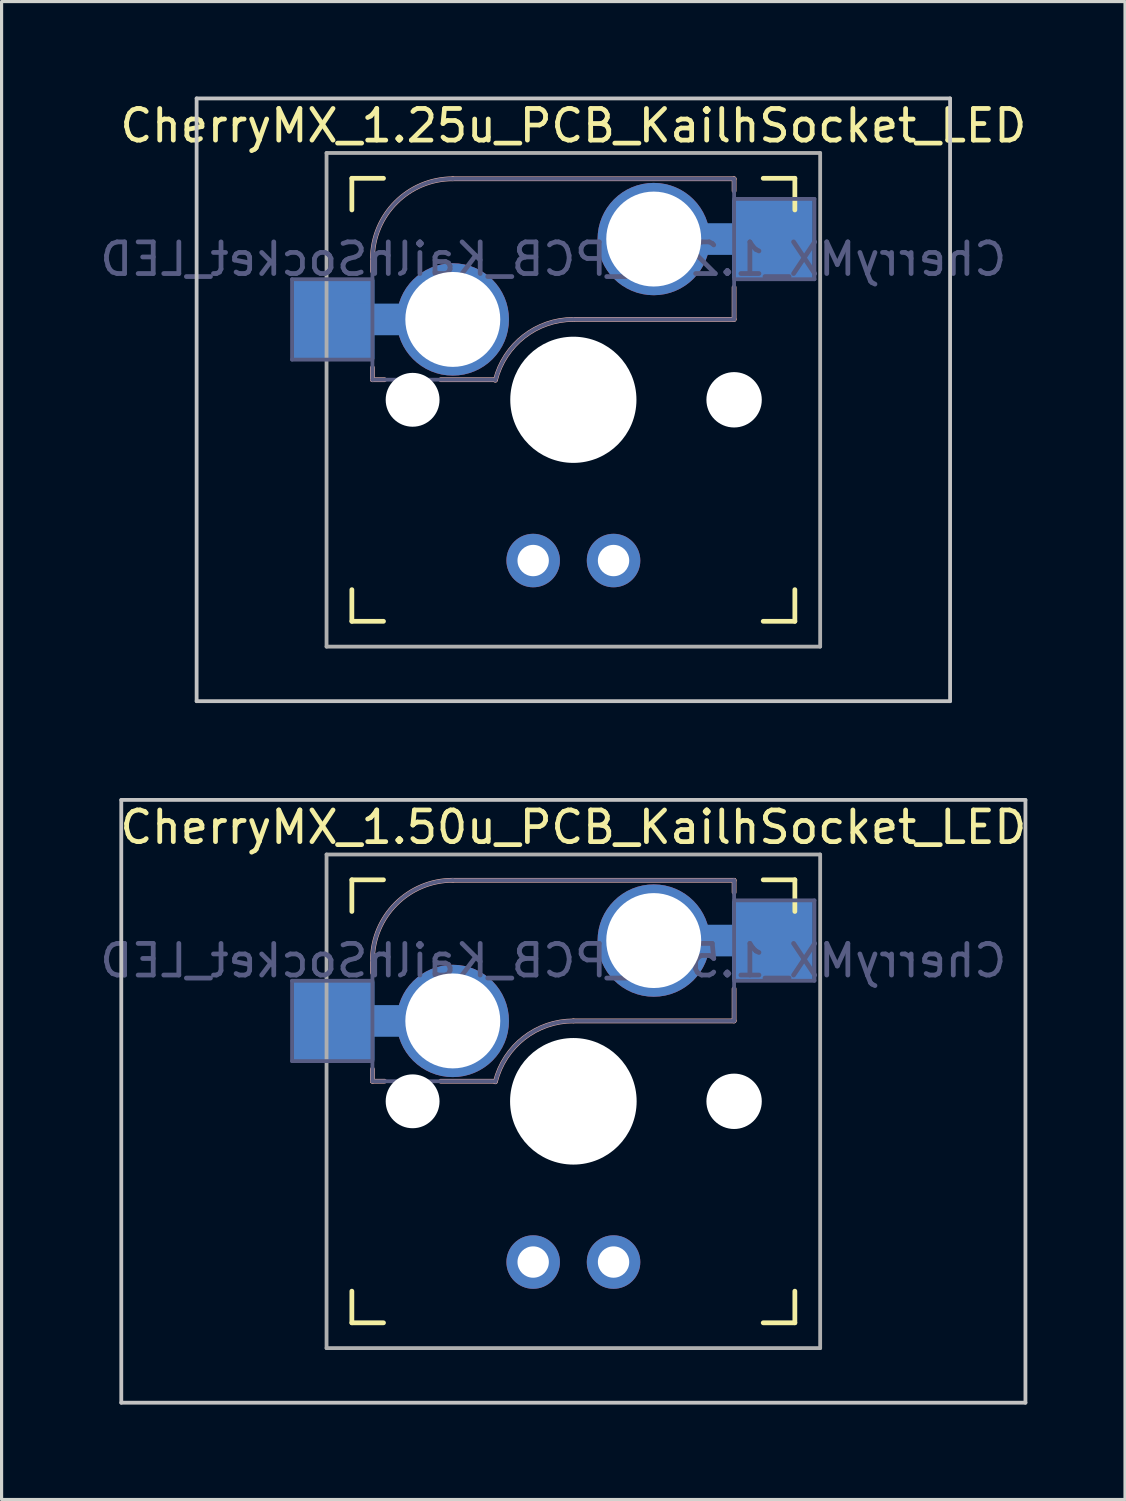
<source format=kicad_pcb>
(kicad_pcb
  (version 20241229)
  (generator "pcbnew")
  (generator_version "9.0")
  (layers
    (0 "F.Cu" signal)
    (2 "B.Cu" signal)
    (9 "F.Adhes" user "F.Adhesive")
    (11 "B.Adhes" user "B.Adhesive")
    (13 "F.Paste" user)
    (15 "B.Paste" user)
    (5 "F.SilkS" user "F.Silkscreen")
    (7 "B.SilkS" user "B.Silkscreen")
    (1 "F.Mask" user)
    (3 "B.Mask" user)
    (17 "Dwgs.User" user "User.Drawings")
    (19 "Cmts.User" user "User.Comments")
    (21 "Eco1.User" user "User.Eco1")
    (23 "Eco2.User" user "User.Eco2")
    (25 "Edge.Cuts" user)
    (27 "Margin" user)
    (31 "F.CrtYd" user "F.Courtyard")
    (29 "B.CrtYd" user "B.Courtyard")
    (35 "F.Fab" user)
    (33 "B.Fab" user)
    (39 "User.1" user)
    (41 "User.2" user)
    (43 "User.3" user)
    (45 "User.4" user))
  (footprint "CherryMX_1.25u_PCB_KailhSocket_LED"
    (layer "F.Cu")
    (at 15.07 9.585)
    (property "Reference" "CherryMX_1.25u_PCB_KailhSocket_LED" (at 0 -8.662 0) (layer "F.SilkS") (effects (font (size 1 1) (thickness 0.15))))
    (attr through_hole)
    (fp_line (start -7 -6) (end -7 -7) (stroke (width 0.15) (type solid)) (layer "F.SilkS"))
    (fp_line (start -7 7) (end -7 6) (stroke (width 0.15) (type solid)) (layer "F.SilkS"))
    (fp_line (start -7 7) (end -6 7) (stroke (width 0.15) (type solid)) (layer "F.SilkS"))
    (fp_line (start -6 -7) (end -7 -7) (stroke (width 0.15) (type solid)) (layer "F.SilkS"))
    (fp_line (start 6 7) (end 7 7) (stroke (width 0.15) (type solid)) (layer "F.SilkS"))
    (fp_line (start 7 -7) (end 6 -7) (stroke (width 0.15) (type solid)) (layer "F.SilkS"))
    (fp_line (start 7 -7) (end 7 -6) (stroke (width 0.15) (type solid)) (layer "F.SilkS"))
    (fp_line (start 7 6) (end 7 7) (stroke (width 0.15) (type solid)) (layer "F.SilkS"))
    (fp_line (start -6.35 -4.445) (end -6.35 -4.064) (stroke (width 0.15) (type solid)) (layer "B.SilkS"))
    (fp_line (start -6.35 -1.016) (end -6.35 -0.635) (stroke (width 0.15) (type solid)) (layer "B.SilkS"))
    (fp_line (start -5.969 -0.635) (end -6.35 -0.635) (stroke (width 0.15) (type solid)) (layer "B.SilkS"))
    (fp_line (start -3.81 -6.985) (end 5.08 -6.985) (stroke (width 0.15) (type solid)) (layer "B.SilkS"))
    (fp_line (start -2.464 -0.635) (end -4.191 -0.635) (stroke (width 0.15) (type solid)) (layer "B.SilkS"))
    (fp_line (start 5.08 -6.985) (end 5.08 -6.604) (stroke (width 0.15) (type solid)) (layer "B.SilkS"))
    (fp_line (start 5.08 -3.556) (end 5.08 -2.54) (stroke (width 0.15) (type solid)) (layer "B.SilkS"))
    (fp_line (start 5.08 -2.54) (end 0 -2.54) (stroke (width 0.15) (type solid)) (layer "B.SilkS"))
    (fp_arc (start -6.35 -4.445) (mid -5.606051 -6.241051) (end -3.81 -6.985) (stroke (width 0.15) (type solid)) (layer "B.SilkS"))
    (fp_arc (start -2.464162 -0.61604) (mid -1.563147 -2.002042) (end 0 -2.54) (stroke (width 0.15) (type solid)) (layer "B.SilkS"))
    (fp_line (start -11.906 -9.525) (end 11.906 -9.525) (stroke (width 0.12) (type solid)) (layer "Dwgs.User"))
    (fp_line (start -11.906 9.525) (end -11.906 -9.525) (stroke (width 0.12) (type solid)) (layer "Dwgs.User"))
    (fp_line (start 11.906 -9.525) (end 11.906 9.525) (stroke (width 0.12) (type solid)) (layer "Dwgs.User"))
    (fp_line (start 11.906 9.525) (end -11.906 9.525) (stroke (width 0.12) (type solid)) (layer "Dwgs.User"))
    (fp_line (start -6.9 6.9) (end -6.9 -6.9) (stroke (width 0.15) (type solid)) (layer "Eco2.User"))
    (fp_line (start -6.9 6.9) (end 6.9 6.9) (stroke (width 0.15) (type solid)) (layer "Eco2.User"))
    (fp_line (start 6.9 -6.9) (end -6.9 -6.9) (stroke (width 0.15) (type solid)) (layer "Eco2.User"))
    (fp_line (start 6.9 -6.9) (end 6.9 6.9) (stroke (width 0.15) (type solid)) (layer "Eco2.User"))
    (fp_line (start -8.89 -3.81) (end -6.35 -3.81) (stroke (width 0.12) (type solid)) (layer "B.Fab"))
    (fp_line (start -8.89 -1.27) (end -8.89 -3.81) (stroke (width 0.12) (type solid)) (layer "B.Fab"))
    (fp_line (start -6.35 -1.27) (end -8.89 -1.27) (stroke (width 0.12) (type solid)) (layer "B.Fab"))
    (fp_line (start -6.35 -0.635) (end -6.35 -4.445) (stroke (width 0.12) (type solid)) (layer "B.Fab"))
    (fp_line (start -6.35 -0.635) (end -2.54 -0.635) (stroke (width 0.12) (type solid)) (layer "B.Fab"))
    (fp_line (start -3.81 -6.985) (end 5.08 -6.985) (stroke (width 0.12) (type solid)) (layer "B.Fab"))
    (fp_line (start 5.08 -6.985) (end 5.08 -2.54) (stroke (width 0.12) (type solid)) (layer "B.Fab"))
    (fp_line (start 5.08 -6.35) (end 7.62 -6.35) (stroke (width 0.12) (type solid)) (layer "B.Fab"))
    (fp_line (start 5.08 -2.54) (end 0 -2.54) (stroke (width 0.12) (type solid)) (layer "B.Fab"))
    (fp_line (start 7.62 -6.35) (end 7.62 -3.81) (stroke (width 0.12) (type solid)) (layer "B.Fab"))
    (fp_line (start 7.62 -3.81) (end 5.08 -3.81) (stroke (width 0.12) (type solid)) (layer "B.Fab"))
    (fp_arc (start -6.35 -4.445) (mid -5.606051 -6.241051) (end -3.81 -6.985) (stroke (width 0.12) (type solid)) (layer "B.Fab"))
    (fp_arc (start -2.464162 -0.61604) (mid -1.563147 -2.002042) (end 0 -2.54) (stroke (width 0.12) (type solid)) (layer "B.Fab"))
    (fp_line (start -7.8 -7.8) (end -7.8 7.8) (stroke (width 0.12) (type solid)) (layer "F.Fab"))
    (fp_line (start -7.8 -7.8) (end 7.8 -7.8) (stroke (width 0.12) (type solid)) (layer "F.Fab"))
    (fp_line (start -7.8 7.8) (end 7.8 7.8) (stroke (width 0.12) (type solid)) (layer "F.Fab"))
    (fp_line (start 7.8 -7.8) (end 7.8 7.8) (stroke (width 0.12) (type solid)) (layer "F.Fab"))
    (fp_text user "${REFERENCE}" (at -0.635 -4.445 0) (layer "B.Fab") (effects (font (size 1 1) (thickness 0.15)) (justify mirror)))
    (pad "" np_thru_hole circle (at -5.08 0) (size 1.702 1.702) (drill 1.702) (layers "*.Cu" "*.Mask"))
    (pad "" np_thru_hole circle (at 0 0) (size 3.988 3.988) (drill 3.988) (layers "*.Cu" "*.Mask"))
    (pad "" np_thru_hole circle (at 5.08 0) (size 1.702 1.702) (drill 1.702) (layers "*.Cu" "*.Mask"))
    (pad "" np_thru_hole circle (at 5.08 0) (size 1.75 1.75) (drill 1.75) (layers "*.Cu" "*.Mask"))
    (pad "1" smd rect (at -7.56 -2.54) (size 2.55 2.5) (layers "B.Cu" "B.Mask" "B.Paste"))
    (pad "1" connect rect (at -5.715 -2.54 90) (size 1 2.5) (layers "B.Cu"))
    (pad "1" thru_hole circle (at -3.81 -2.54) (size 3.55 3.55) (drill 3) (layers "*.Cu"))
    (pad "2" thru_hole circle (at 2.54 -5.08) (size 3.55 3.55) (drill 3) (layers "*.Cu"))
    (pad "2" connect rect (at 5.015 -5.08 270) (size 1 2.5) (layers "B.Cu"))
    (pad "2" smd rect (at 6.29 -5.08) (size 2.55 2.5) (layers "B.Cu" "B.Mask" "B.Paste"))
    (pad "3" thru_hole circle (at -1.27 5.08) (size 1.691 1.691) (drill 0.991) (layers "*.Cu" "*.Mask"))
    (pad "4" thru_hole circle (at 1.27 5.08) (size 1.691 1.691) (drill 0.991) (layers "*.Cu" "*.Mask")))
  (footprint "CherryMX_1.50u_PCB_KailhSocket_LED"
    (layer "F.Cu")
    (at 15.07 31.755)
    (property "Reference" "CherryMX_1.50u_PCB_KailhSocket_LED" (at 0 -8.662 0) (layer "F.SilkS") (effects (font (size 1 1) (thickness 0.15))))
    (attr through_hole)
    (fp_line (start -7 -6) (end -7 -7) (stroke (width 0.15) (type solid)) (layer "F.SilkS"))
    (fp_line (start -7 7) (end -7 6) (stroke (width 0.15) (type solid)) (layer "F.SilkS"))
    (fp_line (start -7 7) (end -6 7) (stroke (width 0.15) (type solid)) (layer "F.SilkS"))
    (fp_line (start -6 -7) (end -7 -7) (stroke (width 0.15) (type solid)) (layer "F.SilkS"))
    (fp_line (start 6 7) (end 7 7) (stroke (width 0.15) (type solid)) (layer "F.SilkS"))
    (fp_line (start 7 -7) (end 6 -7) (stroke (width 0.15) (type solid)) (layer "F.SilkS"))
    (fp_line (start 7 -7) (end 7 -6) (stroke (width 0.15) (type solid)) (layer "F.SilkS"))
    (fp_line (start 7 6) (end 7 7) (stroke (width 0.15) (type solid)) (layer "F.SilkS"))
    (fp_line (start -6.35 -4.445) (end -6.35 -4.064) (stroke (width 0.15) (type solid)) (layer "B.SilkS"))
    (fp_line (start -6.35 -1.016) (end -6.35 -0.635) (stroke (width 0.15) (type solid)) (layer "B.SilkS"))
    (fp_line (start -5.969 -0.635) (end -6.35 -0.635) (stroke (width 0.15) (type solid)) (layer "B.SilkS"))
    (fp_line (start -3.81 -6.985) (end 5.08 -6.985) (stroke (width 0.15) (type solid)) (layer "B.SilkS"))
    (fp_line (start -2.464 -0.635) (end -4.191 -0.635) (stroke (width 0.15) (type solid)) (layer "B.SilkS"))
    (fp_line (start 5.08 -6.985) (end 5.08 -6.604) (stroke (width 0.15) (type solid)) (layer "B.SilkS"))
    (fp_line (start 5.08 -3.556) (end 5.08 -2.54) (stroke (width 0.15) (type solid)) (layer "B.SilkS"))
    (fp_line (start 5.08 -2.54) (end 0 -2.54) (stroke (width 0.15) (type solid)) (layer "B.SilkS"))
    (fp_arc (start -6.35 -4.445) (mid -5.606051 -6.241051) (end -3.81 -6.985) (stroke (width 0.15) (type solid)) (layer "B.SilkS"))
    (fp_arc (start -2.464162 -0.61604) (mid -1.563147 -2.002042) (end 0 -2.54) (stroke (width 0.15) (type solid)) (layer "B.SilkS"))
    (fp_line (start -14.287 -9.525) (end 14.287 -9.525) (stroke (width 0.12) (type solid)) (layer "Dwgs.User"))
    (fp_line (start -14.287 9.525) (end -14.287 -9.525) (stroke (width 0.12) (type solid)) (layer "Dwgs.User"))
    (fp_line (start 14.287 -9.525) (end 14.287 9.525) (stroke (width 0.12) (type solid)) (layer "Dwgs.User"))
    (fp_line (start 14.287 9.525) (end -14.287 9.525) (stroke (width 0.12) (type solid)) (layer "Dwgs.User"))
    (fp_line (start -6.9 6.9) (end -6.9 -6.9) (stroke (width 0.15) (type solid)) (layer "Eco2.User"))
    (fp_line (start -6.9 6.9) (end 6.9 6.9) (stroke (width 0.15) (type solid)) (layer "Eco2.User"))
    (fp_line (start 6.9 -6.9) (end -6.9 -6.9) (stroke (width 0.15) (type solid)) (layer "Eco2.User"))
    (fp_line (start 6.9 -6.9) (end 6.9 6.9) (stroke (width 0.15) (type solid)) (layer "Eco2.User"))
    (fp_line (start -8.89 -3.81) (end -6.35 -3.81) (stroke (width 0.12) (type solid)) (layer "B.Fab"))
    (fp_line (start -8.89 -1.27) (end -8.89 -3.81) (stroke (width 0.12) (type solid)) (layer "B.Fab"))
    (fp_line (start -6.35 -1.27) (end -8.89 -1.27) (stroke (width 0.12) (type solid)) (layer "B.Fab"))
    (fp_line (start -6.35 -0.635) (end -6.35 -4.445) (stroke (width 0.12) (type solid)) (layer "B.Fab"))
    (fp_line (start -6.35 -0.635) (end -2.54 -0.635) (stroke (width 0.12) (type solid)) (layer "B.Fab"))
    (fp_line (start -3.81 -6.985) (end 5.08 -6.985) (stroke (width 0.12) (type solid)) (layer "B.Fab"))
    (fp_line (start 5.08 -6.985) (end 5.08 -2.54) (stroke (width 0.12) (type solid)) (layer "B.Fab"))
    (fp_line (start 5.08 -6.35) (end 7.62 -6.35) (stroke (width 0.12) (type solid)) (layer "B.Fab"))
    (fp_line (start 5.08 -2.54) (end 0 -2.54) (stroke (width 0.12) (type solid)) (layer "B.Fab"))
    (fp_line (start 7.62 -6.35) (end 7.62 -3.81) (stroke (width 0.12) (type solid)) (layer "B.Fab"))
    (fp_line (start 7.62 -3.81) (end 5.08 -3.81) (stroke (width 0.12) (type solid)) (layer "B.Fab"))
    (fp_arc (start -6.35 -4.445) (mid -5.606051 -6.241051) (end -3.81 -6.985) (stroke (width 0.12) (type solid)) (layer "B.Fab"))
    (fp_arc (start -2.464162 -0.61604) (mid -1.563147 -2.002042) (end 0 -2.54) (stroke (width 0.12) (type solid)) (layer "B.Fab"))
    (fp_line (start -7.8 -7.8) (end -7.8 7.8) (stroke (width 0.12) (type solid)) (layer "F.Fab"))
    (fp_line (start -7.8 -7.8) (end 7.8 -7.8) (stroke (width 0.12) (type solid)) (layer "F.Fab"))
    (fp_line (start -7.8 7.8) (end 7.8 7.8) (stroke (width 0.12) (type solid)) (layer "F.Fab"))
    (fp_line (start 7.8 -7.8) (end 7.8 7.8) (stroke (width 0.12) (type solid)) (layer "F.Fab"))
    (fp_text user "${REFERENCE}" (at -0.635 -4.445 0) (layer "B.Fab") (effects (font (size 1 1) (thickness 0.15)) (justify mirror)))
    (pad "" np_thru_hole circle (at -5.08 0) (size 1.702 1.702) (drill 1.702) (layers "*.Cu" "*.Mask"))
    (pad "" np_thru_hole circle (at 0 0) (size 4 4) (drill 4) (layers "*.Cu" "*.Mask"))
    (pad "" np_thru_hole circle (at 5.08 0) (size 1.702 1.702) (drill 1.702) (layers "*.Cu" "*.Mask"))
    (pad "" np_thru_hole circle (at 5.08 0) (size 1.75 1.75) (drill 1.75) (layers "*.Cu" "*.Mask"))
    (pad "1" smd rect (at -7.56 -2.54) (size 2.55 2.5) (layers "B.Cu" "B.Mask" "B.Paste"))
    (pad "1" connect rect (at -5.715 -2.54 90) (size 1 2.5) (layers "B.Cu"))
    (pad "1" thru_hole circle (at -3.81 -2.54) (size 3.55 3.55) (drill 3) (layers "*.Cu"))
    (pad "2" thru_hole circle (at 2.54 -5.08) (size 3.55 3.55) (drill 3) (layers "*.Cu"))
    (pad "2" connect rect (at 5.015 -5.08 270) (size 1 2.5) (layers "B.Cu"))
    (pad "2" smd rect (at 6.29 -5.08) (size 2.55 2.5) (layers "B.Cu" "B.Mask" "B.Paste"))
    (pad "3" thru_hole circle (at -1.27 5.08) (size 1.691 1.691) (drill 0.991) (layers "*.Cu" "*.Mask"))
    (pad "4" thru_hole circle (at 1.27 5.08) (size 1.691 1.691) (drill 0.991) (layers "*.Cu" "*.Mask")))
  (gr_rect
    (start -3 -3)
    (end 32.504 44.34)
    (stroke (width 0.1) (type default))
    (fill no)
    (layer "Edge.Cuts")))
</source>
